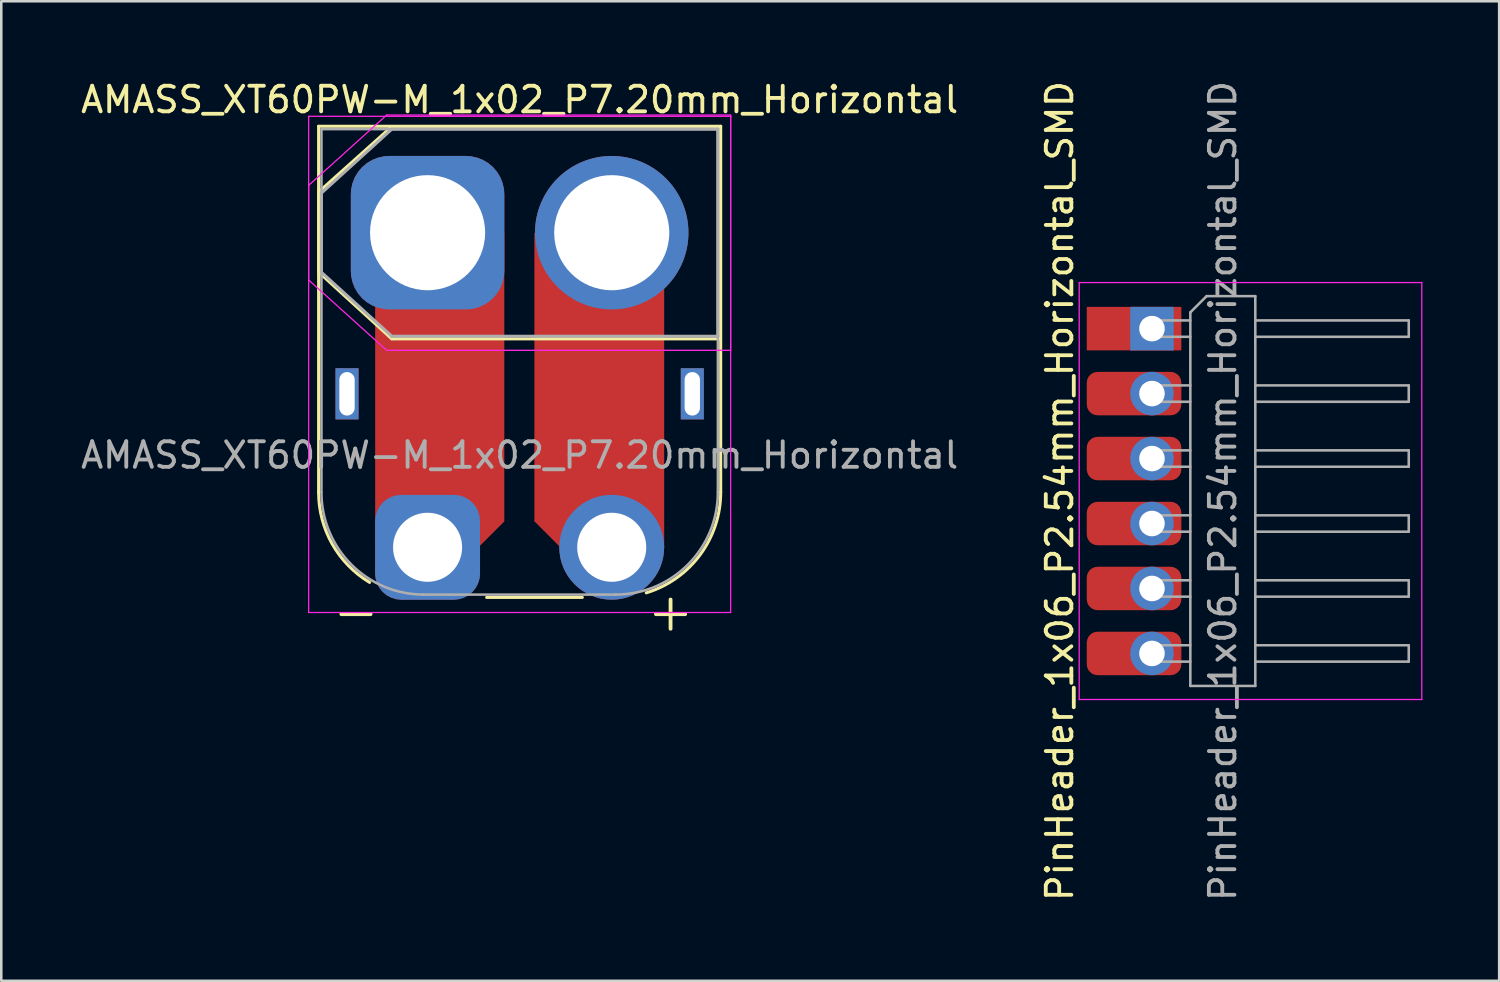
<source format=kicad_pcb>
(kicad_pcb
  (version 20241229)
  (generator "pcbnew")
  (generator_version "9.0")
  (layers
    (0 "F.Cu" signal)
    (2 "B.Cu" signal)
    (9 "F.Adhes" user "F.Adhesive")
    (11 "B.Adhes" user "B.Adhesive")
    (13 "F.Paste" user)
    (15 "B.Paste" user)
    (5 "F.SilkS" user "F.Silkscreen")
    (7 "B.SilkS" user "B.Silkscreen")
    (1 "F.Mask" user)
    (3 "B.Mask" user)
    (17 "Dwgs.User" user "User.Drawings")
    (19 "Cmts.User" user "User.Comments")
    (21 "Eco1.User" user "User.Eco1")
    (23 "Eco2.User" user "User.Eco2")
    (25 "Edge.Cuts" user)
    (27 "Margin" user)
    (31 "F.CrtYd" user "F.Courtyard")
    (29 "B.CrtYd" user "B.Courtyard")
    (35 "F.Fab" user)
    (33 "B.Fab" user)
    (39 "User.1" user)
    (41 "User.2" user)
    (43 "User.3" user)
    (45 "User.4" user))
  (footprint "AMASS_XT60PW-M_1x02_P7.20mm_Horizontal"
    (layer "F.Cu")
    (at 13.668 18.348)
    (property "Reference" "AMASS_XT60PW-M_1x02_P7.20mm_Horizontal" (at 3.6 -17.5 0) (layer "F.SilkS") (effects (font (size 1 1) (thickness 0.15))))
    (attr through_hole)
    (fp_line (start -4.26 -16.46) (end -4.26 -2.15) (stroke (width 0.12) (type solid)) (layer "F.SilkS"))
    (fp_line (start -4.26 -16.46) (end 11.46 -16.46) (stroke (width 0.12) (type solid)) (layer "F.SilkS"))
    (fp_line (start -4.25 -13.9) (end -4.25 -10.75) (stroke (width 0.12) (type solid)) (layer "F.SilkS"))
    (fp_line (start -4.25 -10.75) (end -1.4 -8.15) (stroke (width 0.12) (type solid)) (layer "F.SilkS"))
    (fp_line (start -1.4 -16.45) (end -4.25 -13.9) (stroke (width 0.12) (type solid)) (layer "F.SilkS"))
    (fp_line (start -1.4 -8.15) (end 11.45 -8.15) (stroke (width 0.12) (type solid)) (layer "F.SilkS"))
    (fp_line (start 2.31 1.96) (end 6.05 1.96) (stroke (width 0.12) (type solid)) (layer "F.SilkS"))
    (fp_line (start 11.45 -16.45) (end -1.4 -16.45) (stroke (width 0.12) (type solid)) (layer "F.SilkS"))
    (fp_line (start 11.45 -8.15) (end 11.45 -16.45) (stroke (width 0.12) (type solid)) (layer "F.SilkS"))
    (fp_line (start 11.46 -16.46) (end 11.46 -2.15) (stroke (width 0.12) (type solid)) (layer "F.SilkS"))
    (fp_arc (start -2.266806 1.372958) (mid -3.727162 -0.126139) (end -4.26 -2.15) (stroke (width 0.12) (type solid)) (layer "F.SilkS"))
    (fp_arc (start 11.46 -2.15) (mid 10.653852 0.294722) (end 8.551648 1.780413) (stroke (width 0.12) (type solid)) (layer "F.SilkS"))
    (fp_line (start -4.65 -16.85) (end -4.65 2.55) (stroke (width 0.05) (type solid)) (layer "F.CrtYd"))
    (fp_line (start -4.65 -16.85) (end 11.85 -16.85) (stroke (width 0.05) (type solid)) (layer "F.CrtYd"))
    (fp_line (start -4.65 -14.15) (end -1.6 -16.9) (stroke (width 0.05) (type solid)) (layer "F.CrtYd"))
    (fp_line (start -4.65 -10.45) (end -4.65 -14.15) (stroke (width 0.05) (type solid)) (layer "F.CrtYd"))
    (fp_line (start -1.6 -16.9) (end 11.85 -16.9) (stroke (width 0.05) (type solid)) (layer "F.CrtYd"))
    (fp_line (start -1.6 -7.7) (end -4.65 -10.45) (stroke (width 0.05) (type solid)) (layer "F.CrtYd"))
    (fp_line (start 11.85 -16.9) (end 11.85 -7.7) (stroke (width 0.05) (type solid)) (layer "F.CrtYd"))
    (fp_line (start 11.85 -16.85) (end 11.85 2.55) (stroke (width 0.05) (type solid)) (layer "F.CrtYd"))
    (fp_line (start 11.85 -7.7) (end -1.6 -7.7) (stroke (width 0.05) (type solid)) (layer "F.CrtYd"))
    (fp_line (start 11.85 2.55) (end -4.65 2.55) (stroke (width 0.05) (type solid)) (layer "F.CrtYd"))
    (fp_line (start -4.15 -16.35) (end -4.15 -2.15) (stroke (width 0.1) (type solid)) (layer "F.Fab"))
    (fp_line (start -4.15 -16.35) (end 11.35 -16.35) (stroke (width 0.1) (type solid)) (layer "F.Fab"))
    (fp_line (start -4.15 -13.85) (end -4.15 -10.75) (stroke (width 0.12) (type solid)) (layer "F.Fab"))
    (fp_line (start -4.15 -10.75) (end -1.4 -8.25) (stroke (width 0.12) (type solid)) (layer "F.Fab"))
    (fp_line (start -1.4 -16.35) (end -4.15 -13.85) (stroke (width 0.12) (type solid)) (layer "F.Fab"))
    (fp_line (start -1.4 -8.25) (end 11.35 -8.25) (stroke (width 0.12) (type solid)) (layer "F.Fab"))
    (fp_line (start -0.15 1.85) (end 7.35 1.85) (stroke (width 0.1) (type solid)) (layer "F.Fab"))
    (fp_line (start 11.35 -16.35) (end -1.4 -16.35) (stroke (width 0.12) (type solid)) (layer "F.Fab"))
    (fp_line (start 11.35 -16.35) (end 11.35 -2.15) (stroke (width 0.1) (type solid)) (layer "F.Fab"))
    (fp_line (start 11.35 -8.25) (end 11.35 -16.35) (stroke (width 0.12) (type solid)) (layer "F.Fab"))
    (fp_arc (start -0.15 1.85) (mid -2.978427 0.678427) (end -4.15 -2.15) (stroke (width 0.1) (type solid)) (layer "F.Fab"))
    (fp_arc (start 11.35 -2.15) (mid 10.178427 0.678427) (end 7.35 1.85) (stroke (width 0.1) (type solid)) (layer "F.Fab"))
    (fp_text user "+" (at 9.5 2.5 0) (layer "F.SilkS") (effects (font (size 1.5 1.5) (thickness 0.15))))
    (fp_text user "-" (at -2.8 2.5 0) (layer "F.SilkS") (effects (font (size 1.5 1.5) (thickness 0.15))))
    (fp_text user "${REFERENCE}" (at 3.6 -3.6 0) (layer "F.Fab") (effects (font (size 1 1) (thickness 0.15))))
    (pad "" thru_hole rect (at -3.15 -6) (size 0.9 2) (drill oval 0.6 1.7) (layers "*.Cu" "*.Mask"))
    (pad "" thru_hole rect (at 10.35 -6) (size 0.9 2) (drill oval 0.6 1.7) (layers "*.Cu" "*.Mask"))
    (pad "1" thru_hole roundrect (at 0 -12.3) (size 6 6) (drill 4.5) (layers "*.Cu" "*.Mask") (roundrect_rratio 0.25))
    (pad "1" thru_hole roundrect (at 0 0) (size 4.1 4.1) (drill 2.7) (layers "*.Cu" "*.Mask") (roundrect_rratio 0.25))
    (pad "1" smd roundrect (at 0.475 -6.15) (size 5.05 12.3) (layers "F.Cu" "F.Mask" "F.Paste") (roundrect_rratio 0) (chamfer_ratio 0.2) (chamfer bottom_right))
    (pad "2" smd roundrect (at 6.713 -6.15) (size 5.075 12.3) (layers "F.Cu" "F.Mask" "F.Paste") (roundrect_rratio 0) (chamfer_ratio 0.2) (chamfer bottom_left))
    (pad "2" thru_hole circle (at 7.2 -12.3) (size 6 6) (drill 4.5) (layers "*.Cu" "*.Mask"))
    (pad "2" thru_hole circle (at 7.2 0) (size 4.1 4.1) (drill 2.7) (layers "*.Cu" "*.Mask")))
  (footprint "PinHeader_1x06_P2.54mm_Horizontal_SMD"
    (layer "F.Cu")
    (at 41.991 9.799)
    (property "Reference" "PinHeader_1x06_P2.54mm_Horizontal_SMD" (at -3.607 6.35 90) (layer "F.SilkS") (effects (font (size 1 1) (thickness 0.15))))
    (attr smd)
    (fp_line (start -2.845 -1.8) (end -2.845 14.5) (stroke (width 0.05) (type solid)) (layer "F.CrtYd"))
    (fp_line (start -2.845 14.5) (end 10.55 14.5) (stroke (width 0.05) (type solid)) (layer "F.CrtYd"))
    (fp_line (start 10.55 -1.8) (end -2.845 -1.8) (stroke (width 0.05) (type solid)) (layer "F.CrtYd"))
    (fp_line (start 10.55 14.5) (end 10.55 -1.8) (stroke (width 0.05) (type solid)) (layer "F.CrtYd"))
    (fp_line (start -0.32 -0.32) (end -0.32 0.32) (stroke (width 0.1) (type solid)) (layer "F.Fab"))
    (fp_line (start -0.32 -0.32) (end 1.5 -0.32) (stroke (width 0.1) (type solid)) (layer "F.Fab"))
    (fp_line (start -0.32 0.32) (end 1.5 0.32) (stroke (width 0.1) (type solid)) (layer "F.Fab"))
    (fp_line (start -0.32 2.22) (end -0.32 2.86) (stroke (width 0.1) (type solid)) (layer "F.Fab"))
    (fp_line (start -0.32 2.22) (end 1.5 2.22) (stroke (width 0.1) (type solid)) (layer "F.Fab"))
    (fp_line (start -0.32 2.86) (end 1.5 2.86) (stroke (width 0.1) (type solid)) (layer "F.Fab"))
    (fp_line (start -0.32 4.76) (end -0.32 5.4) (stroke (width 0.1) (type solid)) (layer "F.Fab"))
    (fp_line (start -0.32 4.76) (end 1.5 4.76) (stroke (width 0.1) (type solid)) (layer "F.Fab"))
    (fp_line (start -0.32 5.4) (end 1.5 5.4) (stroke (width 0.1) (type solid)) (layer "F.Fab"))
    (fp_line (start -0.32 7.3) (end -0.32 7.94) (stroke (width 0.1) (type solid)) (layer "F.Fab"))
    (fp_line (start -0.32 7.3) (end 1.5 7.3) (stroke (width 0.1) (type solid)) (layer "F.Fab"))
    (fp_line (start -0.32 7.94) (end 1.5 7.94) (stroke (width 0.1) (type solid)) (layer "F.Fab"))
    (fp_line (start -0.32 9.84) (end -0.32 10.48) (stroke (width 0.1) (type solid)) (layer "F.Fab"))
    (fp_line (start -0.32 9.84) (end 1.5 9.84) (stroke (width 0.1) (type solid)) (layer "F.Fab"))
    (fp_line (start -0.32 10.48) (end 1.5 10.48) (stroke (width 0.1) (type solid)) (layer "F.Fab"))
    (fp_line (start -0.32 12.38) (end -0.32 13.02) (stroke (width 0.1) (type solid)) (layer "F.Fab"))
    (fp_line (start -0.32 12.38) (end 1.5 12.38) (stroke (width 0.1) (type solid)) (layer "F.Fab"))
    (fp_line (start -0.32 13.02) (end 1.5 13.02) (stroke (width 0.1) (type solid)) (layer "F.Fab"))
    (fp_line (start 1.5 -0.635) (end 2.135 -1.27) (stroke (width 0.1) (type solid)) (layer "F.Fab"))
    (fp_line (start 1.5 13.97) (end 1.5 -0.635) (stroke (width 0.1) (type solid)) (layer "F.Fab"))
    (fp_line (start 2.135 -1.27) (end 4.04 -1.27) (stroke (width 0.1) (type solid)) (layer "F.Fab"))
    (fp_line (start 4.04 -1.27) (end 4.04 13.97) (stroke (width 0.1) (type solid)) (layer "F.Fab"))
    (fp_line (start 4.04 -0.32) (end 10.04 -0.32) (stroke (width 0.1) (type solid)) (layer "F.Fab"))
    (fp_line (start 4.04 0.32) (end 10.04 0.32) (stroke (width 0.1) (type solid)) (layer "F.Fab"))
    (fp_line (start 4.04 2.22) (end 10.04 2.22) (stroke (width 0.1) (type solid)) (layer "F.Fab"))
    (fp_line (start 4.04 2.86) (end 10.04 2.86) (stroke (width 0.1) (type solid)) (layer "F.Fab"))
    (fp_line (start 4.04 4.76) (end 10.04 4.76) (stroke (width 0.1) (type solid)) (layer "F.Fab"))
    (fp_line (start 4.04 5.4) (end 10.04 5.4) (stroke (width 0.1) (type solid)) (layer "F.Fab"))
    (fp_line (start 4.04 7.3) (end 10.04 7.3) (stroke (width 0.1) (type solid)) (layer "F.Fab"))
    (fp_line (start 4.04 7.94) (end 10.04 7.94) (stroke (width 0.1) (type solid)) (layer "F.Fab"))
    (fp_line (start 4.04 9.84) (end 10.04 9.84) (stroke (width 0.1) (type solid)) (layer "F.Fab"))
    (fp_line (start 4.04 10.48) (end 10.04 10.48) (stroke (width 0.1) (type solid)) (layer "F.Fab"))
    (fp_line (start 4.04 12.38) (end 10.04 12.38) (stroke (width 0.1) (type solid)) (layer "F.Fab"))
    (fp_line (start 4.04 13.02) (end 10.04 13.02) (stroke (width 0.1) (type solid)) (layer "F.Fab"))
    (fp_line (start 4.04 13.97) (end 1.5 13.97) (stroke (width 0.1) (type solid)) (layer "F.Fab"))
    (fp_line (start 10.04 -0.32) (end 10.04 0.32) (stroke (width 0.1) (type solid)) (layer "F.Fab"))
    (fp_line (start 10.04 2.22) (end 10.04 2.86) (stroke (width 0.1) (type solid)) (layer "F.Fab"))
    (fp_line (start 10.04 4.76) (end 10.04 5.4) (stroke (width 0.1) (type solid)) (layer "F.Fab"))
    (fp_line (start 10.04 7.3) (end 10.04 7.94) (stroke (width 0.1) (type solid)) (layer "F.Fab"))
    (fp_line (start 10.04 9.84) (end 10.04 10.48) (stroke (width 0.1) (type solid)) (layer "F.Fab"))
    (fp_line (start 10.04 12.38) (end 10.04 13.02) (stroke (width 0.1) (type solid)) (layer "F.Fab"))
    (fp_text user "${REFERENCE}" (at 2.77 6.35 90) (layer "F.Fab") (effects (font (size 1 1) (thickness 0.15))))
    (pad "1" smd rect (at -0.7 0) (size 3.7 1.7) (layers "F.Cu" "F.Mask" "F.Paste"))
    (pad "1" thru_hole rect (at 0 0) (size 1.7 1.7) (drill 1) (layers "*.Cu" "*.Mask"))
    (pad "2" smd roundrect (at -0.7 2.54) (size 3.7 1.7) (layers "F.Cu" "F.Mask" "F.Paste") (roundrect_rratio 0.25))
    (pad "2" thru_hole oval (at 0 2.54) (size 1.7 1.7) (drill 1) (layers "*.Cu" "*.Mask"))
    (pad "3" smd roundrect (at -0.7 5.08) (size 3.7 1.7) (layers "F.Cu" "F.Mask" "F.Paste") (roundrect_rratio 0.25))
    (pad "3" thru_hole oval (at 0 5.08) (size 1.7 1.7) (drill 1) (layers "*.Cu" "*.Mask"))
    (pad "4" smd roundrect (at -0.7 7.62) (size 3.7 1.7) (layers "F.Cu" "F.Mask" "F.Paste") (roundrect_rratio 0.25))
    (pad "4" thru_hole oval (at 0 7.62) (size 1.7 1.7) (drill 1) (layers "*.Cu" "*.Mask"))
    (pad "5" smd roundrect (at -0.7 10.16) (size 3.7 1.7) (layers "F.Cu" "F.Mask" "F.Paste") (roundrect_rratio 0.25))
    (pad "5" thru_hole oval (at 0 10.16) (size 1.7 1.7) (drill 1) (layers "*.Cu" "*.Mask"))
    (pad "6" smd roundrect (at -0.7 12.7) (size 3.7 1.7) (layers "F.Cu" "F.Mask" "F.Paste") (roundrect_rratio 0.25))
    (pad "6" thru_hole oval (at 0 12.7) (size 1.7 1.7) (drill 1) (layers "*.Cu" "*.Mask")))
  (gr_rect
    (start -3 -3)
    (end 55.566 35.298)
    (stroke (width 0.1) (type default))
    (fill no)
    (layer "Edge.Cuts")))
</source>
